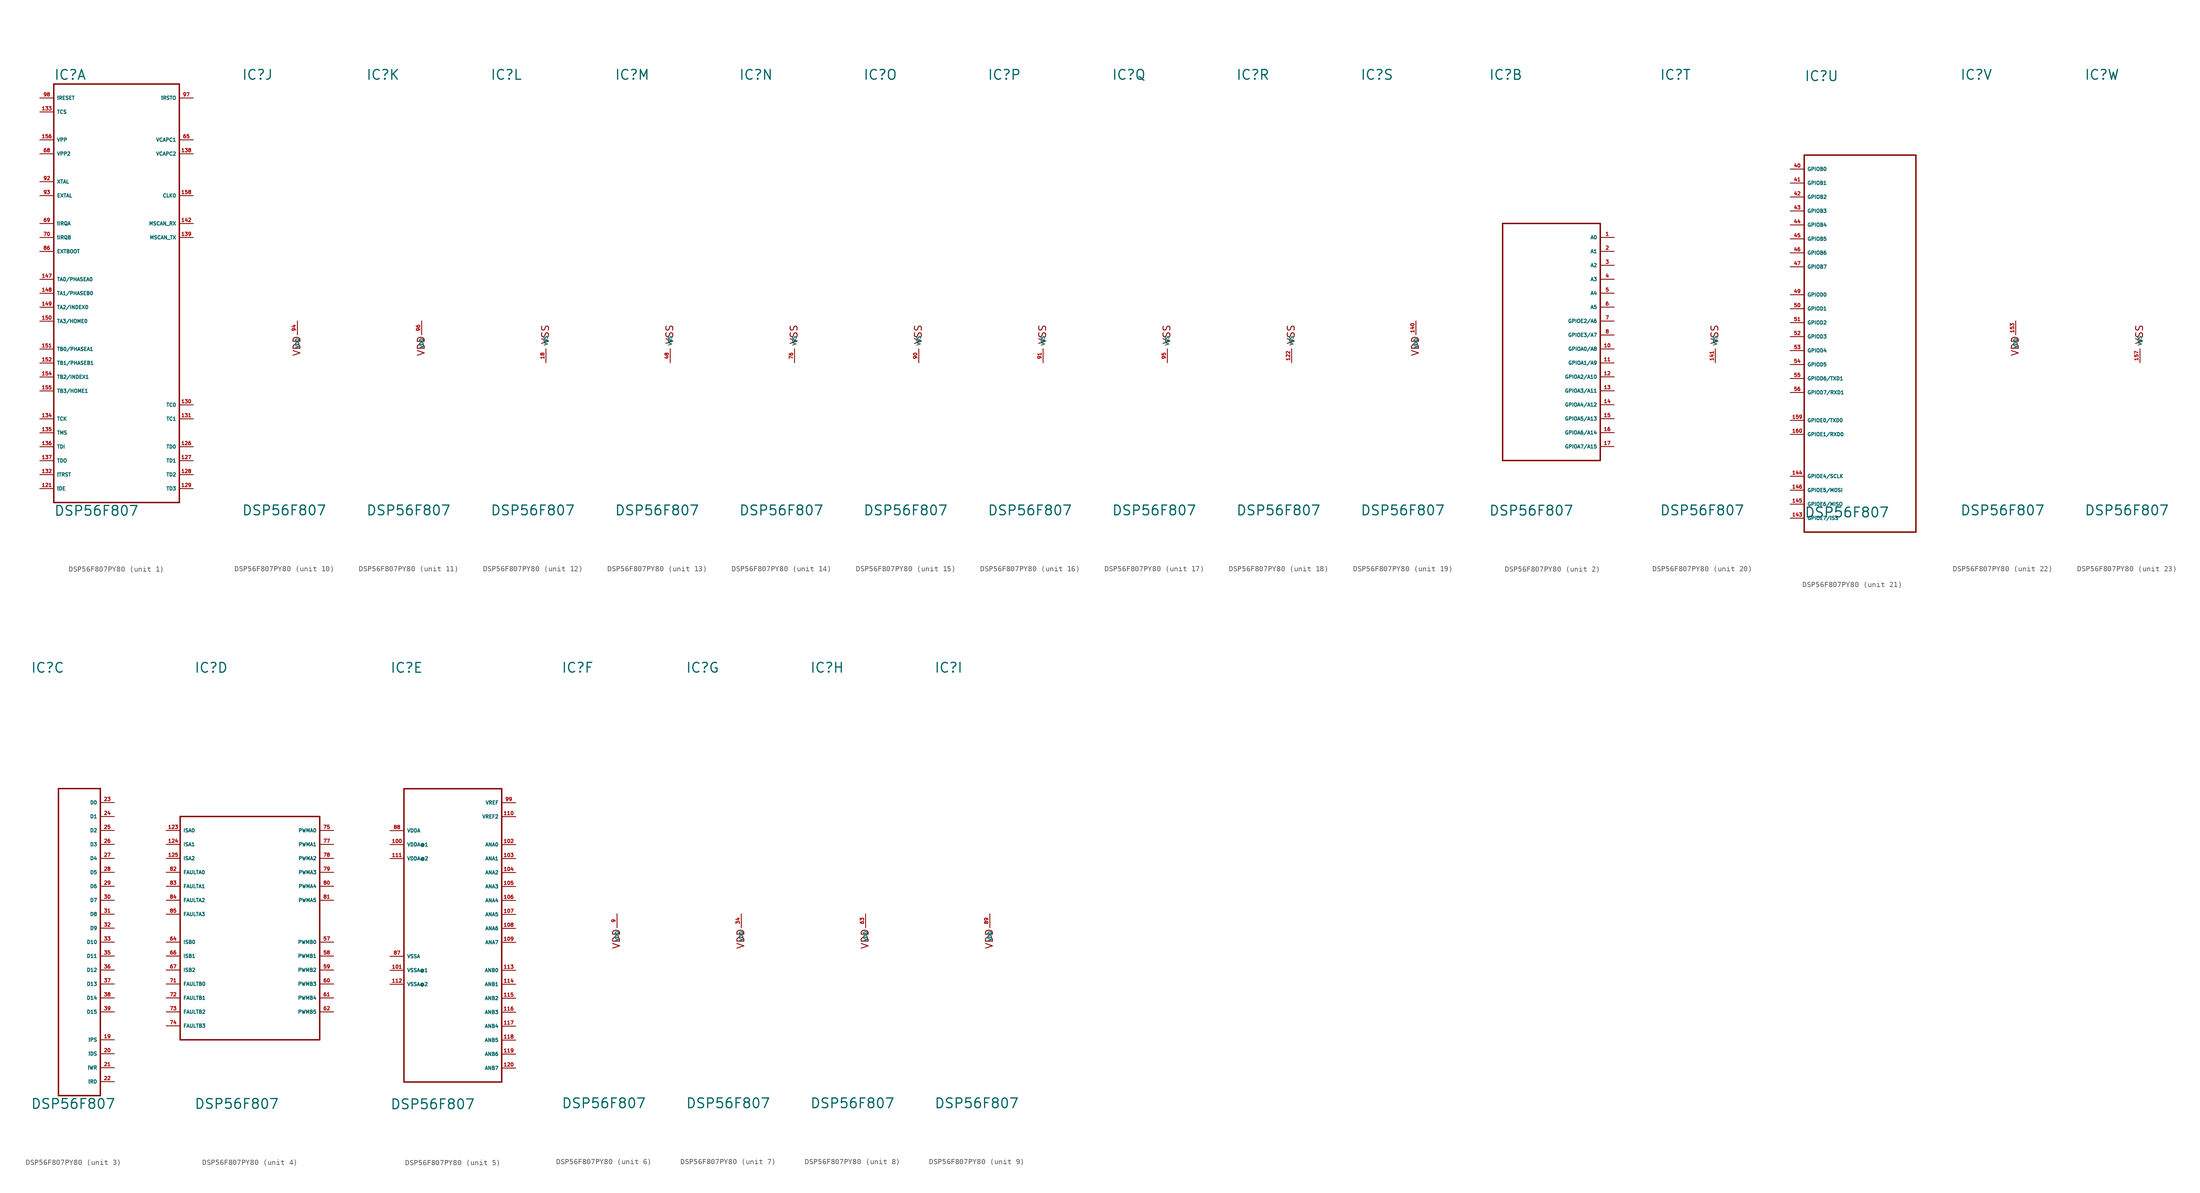
<source format=kicad_sym>
(kicad_symbol_lib
  (version 20220914)
  (generator Eagle2Kicad)
  (symbol "DSP56F807PY80"
    (property "Reference" "IC"
      (at -10.16 46.355 0)
      (effects (font (size 1.778 1.778) (thickness 0.22)) (justify left bottom)))
    (property "Value" "DSP56F807"
      (at -10.16 -33.02 0)
      (effects (font (size 1.778 1.778) (thickness 0.22)) (justify left bottom)))
    (symbol "DSP56F807PY80_1_0"
      (polyline (pts (xy -10.16 45.72) (xy 12.7 45.72)) (stroke (width 0.254) (type default)) (fill (type none)))
      (polyline (pts (xy 12.7 45.72) (xy 12.7 -30.48)) (stroke (width 0.254) (type default)) (fill (type none)))
      (polyline (pts (xy 12.7 -30.48) (xy -10.16 -30.48)) (stroke (width 0.254) (type default)) (fill (type none)))
      (polyline (pts (xy -10.16 -30.48) (xy -10.16 45.72)) (stroke (width 0.254) (type default)) (fill (type none)))
      (pin bidirectional line (at 15.24 -20.32 180) (length 2.54) (name "TD0" (effects (font (size 0.635 0.635) (thickness 0.08)) (justify left bottom))) (number "126" (effects (font (size 0.635 0.635) (thickness 0.08)) (justify left bottom))))
      (pin bidirectional line (at 15.24 -22.86 180) (length 2.54) (name "TD1" (effects (font (size 0.635 0.635) (thickness 0.08)) (justify left bottom))) (number "127" (effects (font (size 0.635 0.635) (thickness 0.08)) (justify left bottom))))
      (pin bidirectional line (at 15.24 -25.4 180) (length 2.54) (name "TD2" (effects (font (size 0.635 0.635) (thickness 0.08)) (justify left bottom))) (number "128" (effects (font (size 0.635 0.635) (thickness 0.08)) (justify left bottom))))
      (pin bidirectional line (at 15.24 -27.94 180) (length 2.54) (name "TD3" (effects (font (size 0.635 0.635) (thickness 0.08)) (justify left bottom))) (number "129" (effects (font (size 0.635 0.635) (thickness 0.08)) (justify left bottom))))
      (pin bidirectional line (at 15.24 -12.7 180) (length 2.54) (name "TC0" (effects (font (size 0.635 0.635) (thickness 0.08)) (justify left bottom))) (number "130" (effects (font (size 0.635 0.635) (thickness 0.08)) (justify left bottom))))
      (pin bidirectional line (at 15.24 -15.24 180) (length 2.54) (name "TC1" (effects (font (size 0.635 0.635) (thickness 0.08)) (justify left bottom))) (number "131" (effects (font (size 0.635 0.635) (thickness 0.08)) (justify left bottom))))
      (pin output line (at 15.24 35.56 180) (length 2.54) (name "VCAPC1" (effects (font (size 0.635 0.635) (thickness 0.08)) (justify left bottom))) (number "65" (effects (font (size 0.635 0.635) (thickness 0.08)) (justify left bottom))))
      (pin bidirectional line (at -12.7 33.02 0) (length 2.54) (name "VPP2" (effects (font (size 0.635 0.635) (thickness 0.08)) (justify left bottom))) (number "68" (effects (font (size 0.635 0.635) (thickness 0.08)) (justify left bottom))))
      (pin input line (at -12.7 20.32 0) (length 2.54) (name "!IRQA" (effects (font (size 0.635 0.635) (thickness 0.08)) (justify left bottom))) (number "69" (effects (font (size 0.635 0.635) (thickness 0.08)) (justify left bottom))))
      (pin input line (at -12.7 17.78 0) (length 2.54) (name "!IRQB" (effects (font (size 0.635 0.635) (thickness 0.08)) (justify left bottom))) (number "70" (effects (font (size 0.635 0.635) (thickness 0.08)) (justify left bottom))))
      (pin input line (at -12.7 15.24 0) (length 2.54) (name "EXTBOOT" (effects (font (size 0.635 0.635) (thickness 0.08)) (justify left bottom))) (number "86" (effects (font (size 0.635 0.635) (thickness 0.08)) (justify left bottom))))
      (pin bidirectional line (at -12.7 27.94 0) (length 2.54) (name "XTAL" (effects (font (size 0.635 0.635) (thickness 0.08)) (justify left bottom))) (number "92" (effects (font (size 0.635 0.635) (thickness 0.08)) (justify left bottom))))
      (pin input line (at -12.7 25.4 0) (length 2.54) (name "EXTAL" (effects (font (size 0.635 0.635) (thickness 0.08)) (justify left bottom))) (number "93" (effects (font (size 0.635 0.635) (thickness 0.08)) (justify left bottom))))
      (pin output line (at 15.24 43.18 180) (length 2.54) (name "!RSTO" (effects (font (size 0.635 0.635) (thickness 0.08)) (justify left bottom))) (number "97" (effects (font (size 0.635 0.635) (thickness 0.08)) (justify left bottom))))
      (pin input line (at -12.7 43.18 0) (length 2.54) (name "!RESET" (effects (font (size 0.635 0.635) (thickness 0.08)) (justify left bottom))) (number "98" (effects (font (size 0.635 0.635) (thickness 0.08)) (justify left bottom))))
      (pin output line (at -12.7 -27.94 0) (length 2.54) (name "!DE" (effects (font (size 0.635 0.635) (thickness 0.08)) (justify left bottom))) (number "121" (effects (font (size 0.635 0.635) (thickness 0.08)) (justify left bottom))))
      (pin input line (at -12.7 -25.4 0) (length 2.54) (name "!TRST" (effects (font (size 0.635 0.635) (thickness 0.08)) (justify left bottom))) (number "132" (effects (font (size 0.635 0.635) (thickness 0.08)) (justify left bottom))))
      (pin passive line (at -12.7 40.64 0) (length 2.54) (name "TCS" (effects (font (size 0.635 0.635) (thickness 0.08)) (justify left bottom))) (number "133" (effects (font (size 0.635 0.635) (thickness 0.08)) (justify left bottom))))
      (pin input line (at -12.7 -15.24 0) (length 2.54) (name "TCK" (effects (font (size 0.635 0.635) (thickness 0.08)) (justify left bottom))) (number "134" (effects (font (size 0.635 0.635) (thickness 0.08)) (justify left bottom))))
      (pin input line (at -12.7 -17.78 0) (length 2.54) (name "TMS" (effects (font (size 0.635 0.635) (thickness 0.08)) (justify left bottom))) (number "135" (effects (font (size 0.635 0.635) (thickness 0.08)) (justify left bottom))))
      (pin input line (at -12.7 -20.32 0) (length 2.54) (name "TDI" (effects (font (size 0.635 0.635) (thickness 0.08)) (justify left bottom))) (number "136" (effects (font (size 0.635 0.635) (thickness 0.08)) (justify left bottom))))
      (pin output line (at -12.7 -22.86 0) (length 2.54) (name "TDO" (effects (font (size 0.635 0.635) (thickness 0.08)) (justify left bottom))) (number "137" (effects (font (size 0.635 0.635) (thickness 0.08)) (justify left bottom))))
      (pin output line (at 15.24 33.02 180) (length 2.54) (name "VCAPC2" (effects (font (size 0.635 0.635) (thickness 0.08)) (justify left bottom))) (number "138" (effects (font (size 0.635 0.635) (thickness 0.08)) (justify left bottom))))
      (pin bidirectional line (at -12.7 10.16 0) (length 2.54) (name "TA0/PHASEA0" (effects (font (size 0.635 0.635) (thickness 0.08)) (justify left bottom))) (number "147" (effects (font (size 0.635 0.635) (thickness 0.08)) (justify left bottom))))
      (pin bidirectional line (at -12.7 7.62 0) (length 2.54) (name "TA1/PHASEB0" (effects (font (size 0.635 0.635) (thickness 0.08)) (justify left bottom))) (number "148" (effects (font (size 0.635 0.635) (thickness 0.08)) (justify left bottom))))
      (pin bidirectional line (at -12.7 5.08 0) (length 2.54) (name "TA2/INDEX0" (effects (font (size 0.635 0.635) (thickness 0.08)) (justify left bottom))) (number "149" (effects (font (size 0.635 0.635) (thickness 0.08)) (justify left bottom))))
      (pin bidirectional line (at -12.7 2.54 0) (length 2.54) (name "TA3/HOME0" (effects (font (size 0.635 0.635) (thickness 0.08)) (justify left bottom))) (number "150" (effects (font (size 0.635 0.635) (thickness 0.08)) (justify left bottom))))
      (pin bidirectional line (at -12.7 -2.54 0) (length 2.54) (name "TB0/PHASEA1" (effects (font (size 0.635 0.635) (thickness 0.08)) (justify left bottom))) (number "151" (effects (font (size 0.635 0.635) (thickness 0.08)) (justify left bottom))))
      (pin bidirectional line (at -12.7 -5.08 0) (length 2.54) (name "TB1/PHASEB1" (effects (font (size 0.635 0.635) (thickness 0.08)) (justify left bottom))) (number "152" (effects (font (size 0.635 0.635) (thickness 0.08)) (justify left bottom))))
      (pin bidirectional line (at -12.7 -7.62 0) (length 2.54) (name "TB2/INDEX1" (effects (font (size 0.635 0.635) (thickness 0.08)) (justify left bottom))) (number "154" (effects (font (size 0.635 0.635) (thickness 0.08)) (justify left bottom))))
      (pin output line (at 15.24 25.4 180) (length 2.54) (name "CLK0" (effects (font (size 0.635 0.635) (thickness 0.08)) (justify left bottom))) (number "158" (effects (font (size 0.635 0.635) (thickness 0.08)) (justify left bottom))))
      (pin bidirectional line (at -12.7 35.56 0) (length 2.54) (name "VPP" (effects (font (size 0.635 0.635) (thickness 0.08)) (justify left bottom))) (number "156" (effects (font (size 0.635 0.635) (thickness 0.08)) (justify left bottom))))
      (pin bidirectional line (at -12.7 -10.16 0) (length 2.54) (name "TB3/HOME1" (effects (font (size 0.635 0.635) (thickness 0.08)) (justify left bottom))) (number "155" (effects (font (size 0.635 0.635) (thickness 0.08)) (justify left bottom))))
      (pin output line (at 15.24 17.78 180) (length 2.54) (name "MSCAN_TX" (effects (font (size 0.635 0.635) (thickness 0.08)) (justify left bottom))) (number "139" (effects (font (size 0.635 0.635) (thickness 0.08)) (justify left bottom))))
      (pin input line (at 15.24 20.32 180) (length 2.54) (name "MSCAN_RX" (effects (font (size 0.635 0.635) (thickness 0.08)) (justify left bottom))) (number "142" (effects (font (size 0.635 0.635) (thickness 0.08)) (justify left bottom)))))
    (symbol "DSP56F807PY80_2_0"
      (polyline (pts (xy -7.62 20.32) (xy 10.16 20.32)) (stroke (width 0.254) (type default)) (fill (type none)))
      (polyline (pts (xy 10.16 20.32) (xy 10.16 -22.86)) (stroke (width 0.254) (type default)) (fill (type none)))
      (polyline (pts (xy 10.16 -22.86) (xy -7.62 -22.86)) (stroke (width 0.254) (type default)) (fill (type none)))
      (polyline (pts (xy -7.62 -22.86) (xy -7.62 20.32)) (stroke (width 0.254) (type default)) (fill (type none)))
      (pin output line (at 12.7 17.78 180) (length 2.54) (name "A0" (effects (font (size 0.635 0.635) (thickness 0.08)) (justify left bottom))) (number "1" (effects (font (size 0.635 0.635) (thickness 0.08)) (justify left bottom))))
      (pin output line (at 12.7 15.24 180) (length 2.54) (name "A1" (effects (font (size 0.635 0.635) (thickness 0.08)) (justify left bottom))) (number "2" (effects (font (size 0.635 0.635) (thickness 0.08)) (justify left bottom))))
      (pin output line (at 12.7 12.7 180) (length 2.54) (name "A2" (effects (font (size 0.635 0.635) (thickness 0.08)) (justify left bottom))) (number "3" (effects (font (size 0.635 0.635) (thickness 0.08)) (justify left bottom))))
      (pin output line (at 12.7 10.16 180) (length 2.54) (name "A3" (effects (font (size 0.635 0.635) (thickness 0.08)) (justify left bottom))) (number "4" (effects (font (size 0.635 0.635) (thickness 0.08)) (justify left bottom))))
      (pin output line (at 12.7 7.62 180) (length 2.54) (name "A4" (effects (font (size 0.635 0.635) (thickness 0.08)) (justify left bottom))) (number "5" (effects (font (size 0.635 0.635) (thickness 0.08)) (justify left bottom))))
      (pin output line (at 12.7 5.08 180) (length 2.54) (name "A5" (effects (font (size 0.635 0.635) (thickness 0.08)) (justify left bottom))) (number "6" (effects (font (size 0.635 0.635) (thickness 0.08)) (justify left bottom))))
      (pin bidirectional line (at 12.7 2.54 180) (length 2.54) (name "GPIOE2/A6" (effects (font (size 0.635 0.635) (thickness 0.08)) (justify left bottom))) (number "7" (effects (font (size 0.635 0.635) (thickness 0.08)) (justify left bottom))))
      (pin bidirectional line (at 12.7 0 180) (length 2.54) (name "GPIOE3/A7" (effects (font (size 0.635 0.635) (thickness 0.08)) (justify left bottom))) (number "8" (effects (font (size 0.635 0.635) (thickness 0.08)) (justify left bottom))))
      (pin bidirectional line (at 12.7 -2.54 180) (length 2.54) (name "GPIOA0/A8" (effects (font (size 0.635 0.635) (thickness 0.08)) (justify left bottom))) (number "10" (effects (font (size 0.635 0.635) (thickness 0.08)) (justify left bottom))))
      (pin bidirectional line (at 12.7 -5.08 180) (length 2.54) (name "GPIOA1/A9" (effects (font (size 0.635 0.635) (thickness 0.08)) (justify left bottom))) (number "11" (effects (font (size 0.635 0.635) (thickness 0.08)) (justify left bottom))))
      (pin bidirectional line (at 12.7 -7.62 180) (length 2.54) (name "GPIOA2/A10" (effects (font (size 0.635 0.635) (thickness 0.08)) (justify left bottom))) (number "12" (effects (font (size 0.635 0.635) (thickness 0.08)) (justify left bottom))))
      (pin bidirectional line (at 12.7 -10.16 180) (length 2.54) (name "GPIOA3/A11" (effects (font (size 0.635 0.635) (thickness 0.08)) (justify left bottom))) (number "13" (effects (font (size 0.635 0.635) (thickness 0.08)) (justify left bottom))))
      (pin bidirectional line (at 12.7 -12.7 180) (length 2.54) (name "GPIOA4/A12" (effects (font (size 0.635 0.635) (thickness 0.08)) (justify left bottom))) (number "14" (effects (font (size 0.635 0.635) (thickness 0.08)) (justify left bottom))))
      (pin bidirectional line (at 12.7 -15.24 180) (length 2.54) (name "GPIOA5/A13" (effects (font (size 0.635 0.635) (thickness 0.08)) (justify left bottom))) (number "15" (effects (font (size 0.635 0.635) (thickness 0.08)) (justify left bottom))))
      (pin bidirectional line (at 12.7 -17.78 180) (length 2.54) (name "GPIOA6/A14" (effects (font (size 0.635 0.635) (thickness 0.08)) (justify left bottom))) (number "16" (effects (font (size 0.635 0.635) (thickness 0.08)) (justify left bottom))))
      (pin bidirectional line (at 12.7 -20.32 180) (length 2.54) (name "GPIOA7/A15" (effects (font (size 0.635 0.635) (thickness 0.08)) (justify left bottom))) (number "17" (effects (font (size 0.635 0.635) (thickness 0.08)) (justify left bottom)))))
    (symbol "DSP56F807PY80_3_0"
      (polyline (pts (xy -5.08 25.4) (xy 2.54 25.4)) (stroke (width 0.254) (type default)) (fill (type none)))
      (polyline (pts (xy 2.54 25.4) (xy 2.54 -30.48)) (stroke (width 0.254) (type default)) (fill (type none)))
      (polyline (pts (xy 2.54 -30.48) (xy -5.08 -30.48)) (stroke (width 0.254) (type default)) (fill (type none)))
      (polyline (pts (xy -5.08 -30.48) (xy -5.08 25.4)) (stroke (width 0.254) (type default)) (fill (type none)))
      (pin bidirectional line (at 5.08 22.86 180) (length 2.54) (name "D0" (effects (font (size 0.635 0.635) (thickness 0.08)) (justify left bottom))) (number "23" (effects (font (size 0.635 0.635) (thickness 0.08)) (justify left bottom))))
      (pin bidirectional line (at 5.08 20.32 180) (length 2.54) (name "D1" (effects (font (size 0.635 0.635) (thickness 0.08)) (justify left bottom))) (number "24" (effects (font (size 0.635 0.635) (thickness 0.08)) (justify left bottom))))
      (pin bidirectional line (at 5.08 17.78 180) (length 2.54) (name "D2" (effects (font (size 0.635 0.635) (thickness 0.08)) (justify left bottom))) (number "25" (effects (font (size 0.635 0.635) (thickness 0.08)) (justify left bottom))))
      (pin bidirectional line (at 5.08 15.24 180) (length 2.54) (name "D3" (effects (font (size 0.635 0.635) (thickness 0.08)) (justify left bottom))) (number "26" (effects (font (size 0.635 0.635) (thickness 0.08)) (justify left bottom))))
      (pin bidirectional line (at 5.08 12.7 180) (length 2.54) (name "D4" (effects (font (size 0.635 0.635) (thickness 0.08)) (justify left bottom))) (number "27" (effects (font (size 0.635 0.635) (thickness 0.08)) (justify left bottom))))
      (pin bidirectional line (at 5.08 10.16 180) (length 2.54) (name "D5" (effects (font (size 0.635 0.635) (thickness 0.08)) (justify left bottom))) (number "28" (effects (font (size 0.635 0.635) (thickness 0.08)) (justify left bottom))))
      (pin bidirectional line (at 5.08 7.62 180) (length 2.54) (name "D6" (effects (font (size 0.635 0.635) (thickness 0.08)) (justify left bottom))) (number "29" (effects (font (size 0.635 0.635) (thickness 0.08)) (justify left bottom))))
      (pin bidirectional line (at 5.08 5.08 180) (length 2.54) (name "D7" (effects (font (size 0.635 0.635) (thickness 0.08)) (justify left bottom))) (number "30" (effects (font (size 0.635 0.635) (thickness 0.08)) (justify left bottom))))
      (pin bidirectional line (at 5.08 2.54 180) (length 2.54) (name "D8" (effects (font (size 0.635 0.635) (thickness 0.08)) (justify left bottom))) (number "31" (effects (font (size 0.635 0.635) (thickness 0.08)) (justify left bottom))))
      (pin bidirectional line (at 5.08 0 180) (length 2.54) (name "D9" (effects (font (size 0.635 0.635) (thickness 0.08)) (justify left bottom))) (number "32" (effects (font (size 0.635 0.635) (thickness 0.08)) (justify left bottom))))
      (pin bidirectional line (at 5.08 -2.54 180) (length 2.54) (name "D10" (effects (font (size 0.635 0.635) (thickness 0.08)) (justify left bottom))) (number "33" (effects (font (size 0.635 0.635) (thickness 0.08)) (justify left bottom))))
      (pin bidirectional line (at 5.08 -5.08 180) (length 2.54) (name "D11" (effects (font (size 0.635 0.635) (thickness 0.08)) (justify left bottom))) (number "35" (effects (font (size 0.635 0.635) (thickness 0.08)) (justify left bottom))))
      (pin bidirectional line (at 5.08 -7.62 180) (length 2.54) (name "D12" (effects (font (size 0.635 0.635) (thickness 0.08)) (justify left bottom))) (number "36" (effects (font (size 0.635 0.635) (thickness 0.08)) (justify left bottom))))
      (pin bidirectional line (at 5.08 -10.16 180) (length 2.54) (name "D13" (effects (font (size 0.635 0.635) (thickness 0.08)) (justify left bottom))) (number "37" (effects (font (size 0.635 0.635) (thickness 0.08)) (justify left bottom))))
      (pin bidirectional line (at 5.08 -12.7 180) (length 2.54) (name "D14" (effects (font (size 0.635 0.635) (thickness 0.08)) (justify left bottom))) (number "38" (effects (font (size 0.635 0.635) (thickness 0.08)) (justify left bottom))))
      (pin bidirectional line (at 5.08 -15.24 180) (length 2.54) (name "D15" (effects (font (size 0.635 0.635) (thickness 0.08)) (justify left bottom))) (number "39" (effects (font (size 0.635 0.635) (thickness 0.08)) (justify left bottom))))
      (pin output line (at 5.08 -20.32 180) (length 2.54) (name "!PS" (effects (font (size 0.635 0.635) (thickness 0.08)) (justify left bottom))) (number "19" (effects (font (size 0.635 0.635) (thickness 0.08)) (justify left bottom))))
      (pin output line (at 5.08 -22.86 180) (length 2.54) (name "!DS" (effects (font (size 0.635 0.635) (thickness 0.08)) (justify left bottom))) (number "20" (effects (font (size 0.635 0.635) (thickness 0.08)) (justify left bottom))))
      (pin output line (at 5.08 -25.4 180) (length 2.54) (name "!WR" (effects (font (size 0.635 0.635) (thickness 0.08)) (justify left bottom))) (number "21" (effects (font (size 0.635 0.635) (thickness 0.08)) (justify left bottom))))
      (pin output line (at 5.08 -27.94 180) (length 2.54) (name "!RD" (effects (font (size 0.635 0.635) (thickness 0.08)) (justify left bottom))) (number "22" (effects (font (size 0.635 0.635) (thickness 0.08)) (justify left bottom)))))
    (symbol "DSP56F807PY80_4_0"
      (polyline (pts (xy -12.7 20.32) (xy 12.7 20.32)) (stroke (width 0.254) (type default)) (fill (type none)))
      (polyline (pts (xy 12.7 20.32) (xy 12.7 -20.32)) (stroke (width 0.254) (type default)) (fill (type none)))
      (polyline (pts (xy 12.7 -20.32) (xy -12.7 -20.32)) (stroke (width 0.254) (type default)) (fill (type none)))
      (polyline (pts (xy -12.7 -20.32) (xy -12.7 20.32)) (stroke (width 0.254) (type default)) (fill (type none)))
      (pin output line (at 15.24 -2.54 180) (length 2.54) (name "PWMB0" (effects (font (size 0.635 0.635) (thickness 0.08)) (justify left bottom))) (number "57" (effects (font (size 0.635 0.635) (thickness 0.08)) (justify left bottom))))
      (pin output line (at 15.24 -5.08 180) (length 2.54) (name "PWMB1" (effects (font (size 0.635 0.635) (thickness 0.08)) (justify left bottom))) (number "58" (effects (font (size 0.635 0.635) (thickness 0.08)) (justify left bottom))))
      (pin output line (at 15.24 -7.62 180) (length 2.54) (name "PWMB2" (effects (font (size 0.635 0.635) (thickness 0.08)) (justify left bottom))) (number "59" (effects (font (size 0.635 0.635) (thickness 0.08)) (justify left bottom))))
      (pin output line (at 15.24 -10.16 180) (length 2.54) (name "PWMB3" (effects (font (size 0.635 0.635) (thickness 0.08)) (justify left bottom))) (number "60" (effects (font (size 0.635 0.635) (thickness 0.08)) (justify left bottom))))
      (pin output line (at 15.24 -12.7 180) (length 2.54) (name "PWMB4" (effects (font (size 0.635 0.635) (thickness 0.08)) (justify left bottom))) (number "61" (effects (font (size 0.635 0.635) (thickness 0.08)) (justify left bottom))))
      (pin output line (at 15.24 -15.24 180) (length 2.54) (name "PWMB5" (effects (font (size 0.635 0.635) (thickness 0.08)) (justify left bottom))) (number "62" (effects (font (size 0.635 0.635) (thickness 0.08)) (justify left bottom))))
      (pin output line (at 15.24 17.78 180) (length 2.54) (name "PWMA0" (effects (font (size 0.635 0.635) (thickness 0.08)) (justify left bottom))) (number "75" (effects (font (size 0.635 0.635) (thickness 0.08)) (justify left bottom))))
      (pin output line (at 15.24 15.24 180) (length 2.54) (name "PWMA1" (effects (font (size 0.635 0.635) (thickness 0.08)) (justify left bottom))) (number "77" (effects (font (size 0.635 0.635) (thickness 0.08)) (justify left bottom))))
      (pin output line (at 15.24 12.7 180) (length 2.54) (name "PWMA2" (effects (font (size 0.635 0.635) (thickness 0.08)) (justify left bottom))) (number "78" (effects (font (size 0.635 0.635) (thickness 0.08)) (justify left bottom))))
      (pin output line (at 15.24 10.16 180) (length 2.54) (name "PWMA3" (effects (font (size 0.635 0.635) (thickness 0.08)) (justify left bottom))) (number "79" (effects (font (size 0.635 0.635) (thickness 0.08)) (justify left bottom))))
      (pin output line (at 15.24 7.62 180) (length 2.54) (name "PWMA4" (effects (font (size 0.635 0.635) (thickness 0.08)) (justify left bottom))) (number "80" (effects (font (size 0.635 0.635) (thickness 0.08)) (justify left bottom))))
      (pin output line (at 15.24 5.08 180) (length 2.54) (name "PWMA5" (effects (font (size 0.635 0.635) (thickness 0.08)) (justify left bottom))) (number "81" (effects (font (size 0.635 0.635) (thickness 0.08)) (justify left bottom))))
      (pin input line (at -15.24 -10.16 0) (length 2.54) (name "FAULTB0" (effects (font (size 0.635 0.635) (thickness 0.08)) (justify left bottom))) (number "71" (effects (font (size 0.635 0.635) (thickness 0.08)) (justify left bottom))))
      (pin input line (at -15.24 -12.7 0) (length 2.54) (name "FAULTB1" (effects (font (size 0.635 0.635) (thickness 0.08)) (justify left bottom))) (number "72" (effects (font (size 0.635 0.635) (thickness 0.08)) (justify left bottom))))
      (pin input line (at -15.24 -15.24 0) (length 2.54) (name "FAULTB2" (effects (font (size 0.635 0.635) (thickness 0.08)) (justify left bottom))) (number "73" (effects (font (size 0.635 0.635) (thickness 0.08)) (justify left bottom))))
      (pin input line (at -15.24 -17.78 0) (length 2.54) (name "FAULTB3" (effects (font (size 0.635 0.635) (thickness 0.08)) (justify left bottom))) (number "74" (effects (font (size 0.635 0.635) (thickness 0.08)) (justify left bottom))))
      (pin input line (at -15.24 10.16 0) (length 2.54) (name "FAULTA0" (effects (font (size 0.635 0.635) (thickness 0.08)) (justify left bottom))) (number "82" (effects (font (size 0.635 0.635) (thickness 0.08)) (justify left bottom))))
      (pin input line (at -15.24 7.62 0) (length 2.54) (name "FAULTA1" (effects (font (size 0.635 0.635) (thickness 0.08)) (justify left bottom))) (number "83" (effects (font (size 0.635 0.635) (thickness 0.08)) (justify left bottom))))
      (pin input line (at -15.24 5.08 0) (length 2.54) (name "FAULTA2" (effects (font (size 0.635 0.635) (thickness 0.08)) (justify left bottom))) (number "84" (effects (font (size 0.635 0.635) (thickness 0.08)) (justify left bottom))))
      (pin input line (at -15.24 2.54 0) (length 2.54) (name "FAULTA3" (effects (font (size 0.635 0.635) (thickness 0.08)) (justify left bottom))) (number "85" (effects (font (size 0.635 0.635) (thickness 0.08)) (justify left bottom))))
      (pin input line (at -15.24 17.78 0) (length 2.54) (name "ISA0" (effects (font (size 0.635 0.635) (thickness 0.08)) (justify left bottom))) (number "123" (effects (font (size 0.635 0.635) (thickness 0.08)) (justify left bottom))))
      (pin input line (at -15.24 15.24 0) (length 2.54) (name "ISA1" (effects (font (size 0.635 0.635) (thickness 0.08)) (justify left bottom))) (number "124" (effects (font (size 0.635 0.635) (thickness 0.08)) (justify left bottom))))
      (pin input line (at -15.24 12.7 0) (length 2.54) (name "ISA2" (effects (font (size 0.635 0.635) (thickness 0.08)) (justify left bottom))) (number "125" (effects (font (size 0.635 0.635) (thickness 0.08)) (justify left bottom))))
      (pin input line (at -15.24 -2.54 0) (length 2.54) (name "ISB0" (effects (font (size 0.635 0.635) (thickness 0.08)) (justify left bottom))) (number "64" (effects (font (size 0.635 0.635) (thickness 0.08)) (justify left bottom))))
      (pin input line (at -15.24 -5.08 0) (length 2.54) (name "ISB1" (effects (font (size 0.635 0.635) (thickness 0.08)) (justify left bottom))) (number "66" (effects (font (size 0.635 0.635) (thickness 0.08)) (justify left bottom))))
      (pin input line (at -15.24 -7.62 0) (length 2.54) (name "ISB2" (effects (font (size 0.635 0.635) (thickness 0.08)) (justify left bottom))) (number "67" (effects (font (size 0.635 0.635) (thickness 0.08)) (justify left bottom)))))
    (symbol "DSP56F807PY80_5_0"
      (polyline (pts (xy -7.62 25.4) (xy 10.16 25.4)) (stroke (width 0.254) (type default)) (fill (type none)))
      (polyline (pts (xy 10.16 25.4) (xy 10.16 -27.94)) (stroke (width 0.254) (type default)) (fill (type none)))
      (polyline (pts (xy 10.16 -27.94) (xy -7.62 -27.94)) (stroke (width 0.254) (type default)) (fill (type none)))
      (polyline (pts (xy -7.62 -27.94) (xy -7.62 25.4)) (stroke (width 0.254) (type default)) (fill (type none)))
      (pin input line (at 12.7 15.24 180) (length 2.54) (name "ANA0" (effects (font (size 0.635 0.635) (thickness 0.08)) (justify left bottom))) (number "102" (effects (font (size 0.635 0.635) (thickness 0.08)) (justify left bottom))))
      (pin input line (at 12.7 12.7 180) (length 2.54) (name "ANA1" (effects (font (size 0.635 0.635) (thickness 0.08)) (justify left bottom))) (number "103" (effects (font (size 0.635 0.635) (thickness 0.08)) (justify left bottom))))
      (pin input line (at 12.7 10.16 180) (length 2.54) (name "ANA2" (effects (font (size 0.635 0.635) (thickness 0.08)) (justify left bottom))) (number "104" (effects (font (size 0.635 0.635) (thickness 0.08)) (justify left bottom))))
      (pin input line (at 12.7 7.62 180) (length 2.54) (name "ANA3" (effects (font (size 0.635 0.635) (thickness 0.08)) (justify left bottom))) (number "105" (effects (font (size 0.635 0.635) (thickness 0.08)) (justify left bottom))))
      (pin input line (at 12.7 5.08 180) (length 2.54) (name "ANA4" (effects (font (size 0.635 0.635) (thickness 0.08)) (justify left bottom))) (number "106" (effects (font (size 0.635 0.635) (thickness 0.08)) (justify left bottom))))
      (pin input line (at 12.7 2.54 180) (length 2.54) (name "ANA5" (effects (font (size 0.635 0.635) (thickness 0.08)) (justify left bottom))) (number "107" (effects (font (size 0.635 0.635) (thickness 0.08)) (justify left bottom))))
      (pin input line (at 12.7 0 180) (length 2.54) (name "ANA6" (effects (font (size 0.635 0.635) (thickness 0.08)) (justify left bottom))) (number "108" (effects (font (size 0.635 0.635) (thickness 0.08)) (justify left bottom))))
      (pin input line (at 12.7 -2.54 180) (length 2.54) (name "ANA7" (effects (font (size 0.635 0.635) (thickness 0.08)) (justify left bottom))) (number "109" (effects (font (size 0.635 0.635) (thickness 0.08)) (justify left bottom))))
      (pin input line (at 12.7 -7.62 180) (length 2.54) (name "ANB0" (effects (font (size 0.635 0.635) (thickness 0.08)) (justify left bottom))) (number "113" (effects (font (size 0.635 0.635) (thickness 0.08)) (justify left bottom))))
      (pin input line (at 12.7 -10.16 180) (length 2.54) (name "ANB1" (effects (font (size 0.635 0.635) (thickness 0.08)) (justify left bottom))) (number "114" (effects (font (size 0.635 0.635) (thickness 0.08)) (justify left bottom))))
      (pin input line (at 12.7 -12.7 180) (length 2.54) (name "ANB2" (effects (font (size 0.635 0.635) (thickness 0.08)) (justify left bottom))) (number "115" (effects (font (size 0.635 0.635) (thickness 0.08)) (justify left bottom))))
      (pin input line (at 12.7 -15.24 180) (length 2.54) (name "ANB3" (effects (font (size 0.635 0.635) (thickness 0.08)) (justify left bottom))) (number "116" (effects (font (size 0.635 0.635) (thickness 0.08)) (justify left bottom))))
      (pin input line (at 12.7 -17.78 180) (length 2.54) (name "ANB4" (effects (font (size 0.635 0.635) (thickness 0.08)) (justify left bottom))) (number "117" (effects (font (size 0.635 0.635) (thickness 0.08)) (justify left bottom))))
      (pin input line (at 12.7 -20.32 180) (length 2.54) (name "ANB5" (effects (font (size 0.635 0.635) (thickness 0.08)) (justify left bottom))) (number "118" (effects (font (size 0.635 0.635) (thickness 0.08)) (justify left bottom))))
      (pin input line (at 12.7 -22.86 180) (length 2.54) (name "ANB6" (effects (font (size 0.635 0.635) (thickness 0.08)) (justify left bottom))) (number "119" (effects (font (size 0.635 0.635) (thickness 0.08)) (justify left bottom))))
      (pin input line (at 12.7 -25.4 180) (length 2.54) (name "ANB7" (effects (font (size 0.635 0.635) (thickness 0.08)) (justify left bottom))) (number "120" (effects (font (size 0.635 0.635) (thickness 0.08)) (justify left bottom))))
      (pin input line (at 12.7 22.86 180) (length 2.54) (name "VREF" (effects (font (size 0.635 0.635) (thickness 0.08)) (justify left bottom))) (number "99" (effects (font (size 0.635 0.635) (thickness 0.08)) (justify left bottom))))
      (pin input line (at 12.7 20.32 180) (length 2.54) (name "VREF2" (effects (font (size 0.635 0.635) (thickness 0.08)) (justify left bottom))) (number "110" (effects (font (size 0.635 0.635) (thickness 0.08)) (justify left bottom))))
      (pin unspecified line (at -10.16 17.78 0) (length 2.54) (name "VDDA" (effects (font (size 0.635 0.635) (thickness 0.08)) (justify left bottom))) (number "88" (effects (font (size 0.635 0.635) (thickness 0.08)) (justify left bottom))))
      (pin unspecified line (at -10.16 15.24 0) (length 2.54) (name "VDDA@1" (effects (font (size 0.635 0.635) (thickness 0.08)) (justify left bottom))) (number "100" (effects (font (size 0.635 0.635) (thickness 0.08)) (justify left bottom))))
      (pin unspecified line (at -10.16 12.7 0) (length 2.54) (name "VDDA@2" (effects (font (size 0.635 0.635) (thickness 0.08)) (justify left bottom))) (number "111" (effects (font (size 0.635 0.635) (thickness 0.08)) (justify left bottom))))
      (pin unspecified line (at -10.16 -5.08 0) (length 2.54) (name "VSSA" (effects (font (size 0.635 0.635) (thickness 0.08)) (justify left bottom))) (number "87" (effects (font (size 0.635 0.635) (thickness 0.08)) (justify left bottom))))
      (pin unspecified line (at -10.16 -7.62 0) (length 2.54) (name "VSSA@1" (effects (font (size 0.635 0.635) (thickness 0.08)) (justify left bottom))) (number "101" (effects (font (size 0.635 0.635) (thickness 0.08)) (justify left bottom))))
      (pin unspecified line (at -10.16 -10.16 0) (length 2.54) (name "VSSA@2" (effects (font (size 0.635 0.635) (thickness 0.08)) (justify left bottom))) (number "112" (effects (font (size 0.635 0.635) (thickness 0.08)) (justify left bottom)))))
    (symbol "DSP56F807PY80_6_0"
      (text "VDD" (at 0.635 -3.937 900) (effects (font (size 1.27 1.27) (thickness 0.16)) (justify left bottom)))
      (pin unspecified line (at 0 2.54 270) (length 2.54) (name "VDD" (effects (font (size 0.635 0.635) (thickness 0.08)) (justify left bottom))) (number "9" (effects (font (size 0.635 0.635) (thickness 0.08)) (justify left bottom)))))
    (symbol "DSP56F807PY80_7_0"
      (text "VDD" (at 0.635 -3.937 900) (effects (font (size 1.27 1.27) (thickness 0.16)) (justify left bottom)))
      (pin unspecified line (at 0 2.54 270) (length 2.54) (name "VDD" (effects (font (size 0.635 0.635) (thickness 0.08)) (justify left bottom))) (number "34" (effects (font (size 0.635 0.635) (thickness 0.08)) (justify left bottom)))))
    (symbol "DSP56F807PY80_8_0"
      (text "VDD" (at 0.635 -3.937 900) (effects (font (size 1.27 1.27) (thickness 0.16)) (justify left bottom)))
      (pin unspecified line (at 0 2.54 270) (length 2.54) (name "VDD" (effects (font (size 0.635 0.635) (thickness 0.08)) (justify left bottom))) (number "63" (effects (font (size 0.635 0.635) (thickness 0.08)) (justify left bottom)))))
    (symbol "DSP56F807PY80_9_0"
      (text "VDD" (at 0.635 -3.937 900) (effects (font (size 1.27 1.27) (thickness 0.16)) (justify left bottom)))
      (pin unspecified line (at 0 2.54 270) (length 2.54) (name "VDD" (effects (font (size 0.635 0.635) (thickness 0.08)) (justify left bottom))) (number "89" (effects (font (size 0.635 0.635) (thickness 0.08)) (justify left bottom)))))
    (symbol "DSP56F807PY80_10_0"
      (text "VDD" (at 0.635 -3.937 900) (effects (font (size 1.27 1.27) (thickness 0.16)) (justify left bottom)))
      (pin unspecified line (at 0 2.54 270) (length 2.54) (name "VDD" (effects (font (size 0.635 0.635) (thickness 0.08)) (justify left bottom))) (number "94" (effects (font (size 0.635 0.635) (thickness 0.08)) (justify left bottom)))))
    (symbol "DSP56F807PY80_11_0"
      (text "VDD" (at 0.635 -3.937 900) (effects (font (size 1.27 1.27) (thickness 0.16)) (justify left bottom)))
      (pin unspecified line (at 0 2.54 270) (length 2.54) (name "VDD" (effects (font (size 0.635 0.635) (thickness 0.08)) (justify left bottom))) (number "96" (effects (font (size 0.635 0.635) (thickness 0.08)) (justify left bottom)))))
    (symbol "DSP56F807PY80_12_0"
      (text "VSS" (at 0.635 -1.778 900) (effects (font (size 1.27 1.27) (thickness 0.16)) (justify left bottom)))
      (pin unspecified line (at 0 -5.08 90) (length 2.54) (name "VSS" (effects (font (size 0.635 0.635) (thickness 0.08)) (justify left bottom))) (number "18" (effects (font (size 0.635 0.635) (thickness 0.08)) (justify left bottom)))))
    (symbol "DSP56F807PY80_13_0"
      (text "VSS" (at 0.635 -1.778 900) (effects (font (size 1.27 1.27) (thickness 0.16)) (justify left bottom)))
      (pin unspecified line (at 0 -5.08 90) (length 2.54) (name "VSS" (effects (font (size 0.635 0.635) (thickness 0.08)) (justify left bottom))) (number "48" (effects (font (size 0.635 0.635) (thickness 0.08)) (justify left bottom)))))
    (symbol "DSP56F807PY80_14_0"
      (text "VSS" (at 0.635 -1.778 900) (effects (font (size 1.27 1.27) (thickness 0.16)) (justify left bottom)))
      (pin unspecified line (at 0 -5.08 90) (length 2.54) (name "VSS" (effects (font (size 0.635 0.635) (thickness 0.08)) (justify left bottom))) (number "76" (effects (font (size 0.635 0.635) (thickness 0.08)) (justify left bottom)))))
    (symbol "DSP56F807PY80_15_0"
      (text "VSS" (at 0.635 -1.778 900) (effects (font (size 1.27 1.27) (thickness 0.16)) (justify left bottom)))
      (pin unspecified line (at 0 -5.08 90) (length 2.54) (name "VSS" (effects (font (size 0.635 0.635) (thickness 0.08)) (justify left bottom))) (number "90" (effects (font (size 0.635 0.635) (thickness 0.08)) (justify left bottom)))))
    (symbol "DSP56F807PY80_16_0"
      (text "VSS" (at 0.635 -1.778 900) (effects (font (size 1.27 1.27) (thickness 0.16)) (justify left bottom)))
      (pin unspecified line (at 0 -5.08 90) (length 2.54) (name "VSS" (effects (font (size 0.635 0.635) (thickness 0.08)) (justify left bottom))) (number "91" (effects (font (size 0.635 0.635) (thickness 0.08)) (justify left bottom)))))
    (symbol "DSP56F807PY80_17_0"
      (text "VSS" (at 0.635 -1.778 900) (effects (font (size 1.27 1.27) (thickness 0.16)) (justify left bottom)))
      (pin unspecified line (at 0 -5.08 90) (length 2.54) (name "VSS" (effects (font (size 0.635 0.635) (thickness 0.08)) (justify left bottom))) (number "95" (effects (font (size 0.635 0.635) (thickness 0.08)) (justify left bottom)))))
    (symbol "DSP56F807PY80_18_0"
      (text "VSS" (at 0.635 -1.778 900) (effects (font (size 1.27 1.27) (thickness 0.16)) (justify left bottom)))
      (pin unspecified line (at 0 -5.08 90) (length 2.54) (name "VSS" (effects (font (size 0.635 0.635) (thickness 0.08)) (justify left bottom))) (number "122" (effects (font (size 0.635 0.635) (thickness 0.08)) (justify left bottom)))))
    (symbol "DSP56F807PY80_19_0"
      (text "VDD" (at 0.635 -3.937 900) (effects (font (size 1.27 1.27) (thickness 0.16)) (justify left bottom)))
      (pin unspecified line (at 0 2.54 270) (length 2.54) (name "VDD" (effects (font (size 0.635 0.635) (thickness 0.08)) (justify left bottom))) (number "140" (effects (font (size 0.635 0.635) (thickness 0.08)) (justify left bottom)))))
    (symbol "DSP56F807PY80_20_0"
      (text "VSS" (at 0.635 -1.778 900) (effects (font (size 1.27 1.27) (thickness 0.16)) (justify left bottom)))
      (pin unspecified line (at 0 -5.08 90) (length 2.54) (name "VSS" (effects (font (size 0.635 0.635) (thickness 0.08)) (justify left bottom))) (number "141" (effects (font (size 0.635 0.635) (thickness 0.08)) (justify left bottom)))))
    (symbol "DSP56F807PY80_21_0"
      (polyline (pts (xy -10.16 33.02) (xy 10.16 33.02)) (stroke (width 0.254) (type default)) (fill (type none)))
      (polyline (pts (xy 10.16 33.02) (xy 10.16 -35.56)) (stroke (width 0.254) (type default)) (fill (type none)))
      (polyline (pts (xy 10.16 -35.56) (xy -10.16 -35.56)) (stroke (width 0.254) (type default)) (fill (type none)))
      (polyline (pts (xy -10.16 -35.56) (xy -10.16 33.02)) (stroke (width 0.254) (type default)) (fill (type none)))
      (pin bidirectional line (at -12.7 30.48 0) (length 2.54) (name "GPIOB0" (effects (font (size 0.635 0.635) (thickness 0.08)) (justify left bottom))) (number "40" (effects (font (size 0.635 0.635) (thickness 0.08)) (justify left bottom))))
      (pin bidirectional line (at -12.7 27.94 0) (length 2.54) (name "GPIOB1" (effects (font (size 0.635 0.635) (thickness 0.08)) (justify left bottom))) (number "41" (effects (font (size 0.635 0.635) (thickness 0.08)) (justify left bottom))))
      (pin bidirectional line (at -12.7 25.4 0) (length 2.54) (name "GPIOB2" (effects (font (size 0.635 0.635) (thickness 0.08)) (justify left bottom))) (number "42" (effects (font (size 0.635 0.635) (thickness 0.08)) (justify left bottom))))
      (pin bidirectional line (at -12.7 22.86 0) (length 2.54) (name "GPIOB3" (effects (font (size 0.635 0.635) (thickness 0.08)) (justify left bottom))) (number "43" (effects (font (size 0.635 0.635) (thickness 0.08)) (justify left bottom))))
      (pin bidirectional line (at -12.7 20.32 0) (length 2.54) (name "GPIOB4" (effects (font (size 0.635 0.635) (thickness 0.08)) (justify left bottom))) (number "44" (effects (font (size 0.635 0.635) (thickness 0.08)) (justify left bottom))))
      (pin bidirectional line (at -12.7 17.78 0) (length 2.54) (name "GPIOB5" (effects (font (size 0.635 0.635) (thickness 0.08)) (justify left bottom))) (number "45" (effects (font (size 0.635 0.635) (thickness 0.08)) (justify left bottom))))
      (pin bidirectional line (at -12.7 15.24 0) (length 2.54) (name "GPIOB6" (effects (font (size 0.635 0.635) (thickness 0.08)) (justify left bottom))) (number "46" (effects (font (size 0.635 0.635) (thickness 0.08)) (justify left bottom))))
      (pin bidirectional line (at -12.7 12.7 0) (length 2.54) (name "GPIOB7" (effects (font (size 0.635 0.635) (thickness 0.08)) (justify left bottom))) (number "47" (effects (font (size 0.635 0.635) (thickness 0.08)) (justify left bottom))))
      (pin bidirectional line (at -12.7 7.62 0) (length 2.54) (name "GPIOD0" (effects (font (size 0.635 0.635) (thickness 0.08)) (justify left bottom))) (number "49" (effects (font (size 0.635 0.635) (thickness 0.08)) (justify left bottom))))
      (pin bidirectional line (at -12.7 5.08 0) (length 2.54) (name "GPIOD1" (effects (font (size 0.635 0.635) (thickness 0.08)) (justify left bottom))) (number "50" (effects (font (size 0.635 0.635) (thickness 0.08)) (justify left bottom))))
      (pin bidirectional line (at -12.7 2.54 0) (length 2.54) (name "GPIOD2" (effects (font (size 0.635 0.635) (thickness 0.08)) (justify left bottom))) (number "51" (effects (font (size 0.635 0.635) (thickness 0.08)) (justify left bottom))))
      (pin bidirectional line (at -12.7 0 0) (length 2.54) (name "GPIOD3" (effects (font (size 0.635 0.635) (thickness 0.08)) (justify left bottom))) (number "52" (effects (font (size 0.635 0.635) (thickness 0.08)) (justify left bottom))))
      (pin bidirectional line (at -12.7 -2.54 0) (length 2.54) (name "GPIOD4" (effects (font (size 0.635 0.635) (thickness 0.08)) (justify left bottom))) (number "53" (effects (font (size 0.635 0.635) (thickness 0.08)) (justify left bottom))))
      (pin bidirectional line (at -12.7 -5.08 0) (length 2.54) (name "GPIOD5" (effects (font (size 0.635 0.635) (thickness 0.08)) (justify left bottom))) (number "54" (effects (font (size 0.635 0.635) (thickness 0.08)) (justify left bottom))))
      (pin bidirectional line (at -12.7 -7.62 0) (length 2.54) (name "GPIOD6/TXD1" (effects (font (size 0.635 0.635) (thickness 0.08)) (justify left bottom))) (number "55" (effects (font (size 0.635 0.635) (thickness 0.08)) (justify left bottom))))
      (pin bidirectional line (at -12.7 -10.16 0) (length 2.54) (name "GPIOD7/RXD1" (effects (font (size 0.635 0.635) (thickness 0.08)) (justify left bottom))) (number "56" (effects (font (size 0.635 0.635) (thickness 0.08)) (justify left bottom))))
      (pin bidirectional line (at -12.7 -33.02 0) (length 2.54) (name "GPIOE7/!SS" (effects (font (size 0.635 0.635) (thickness 0.08)) (justify left bottom))) (number "143" (effects (font (size 0.635 0.635) (thickness 0.08)) (justify left bottom))))
      (pin bidirectional line (at -12.7 -25.4 0) (length 2.54) (name "GPIOE4/SCLK" (effects (font (size 0.635 0.635) (thickness 0.08)) (justify left bottom))) (number "144" (effects (font (size 0.635 0.635) (thickness 0.08)) (justify left bottom))))
      (pin bidirectional line (at -12.7 -30.48 0) (length 2.54) (name "GPIOE6/MISO" (effects (font (size 0.635 0.635) (thickness 0.08)) (justify left bottom))) (number "145" (effects (font (size 0.635 0.635) (thickness 0.08)) (justify left bottom))))
      (pin bidirectional line (at -12.7 -27.94 0) (length 2.54) (name "GPIOE5/MOSI" (effects (font (size 0.635 0.635) (thickness 0.08)) (justify left bottom))) (number "146" (effects (font (size 0.635 0.635) (thickness 0.08)) (justify left bottom))))
      (pin bidirectional line (at -12.7 -15.24 0) (length 2.54) (name "GPIOE0/TXD0" (effects (font (size 0.635 0.635) (thickness 0.08)) (justify left bottom))) (number "159" (effects (font (size 0.635 0.635) (thickness 0.08)) (justify left bottom))))
      (pin bidirectional line (at -12.7 -17.78 0) (length 2.54) (name "GPIOE1/RXD0" (effects (font (size 0.635 0.635) (thickness 0.08)) (justify left bottom))) (number "160" (effects (font (size 0.635 0.635) (thickness 0.08)) (justify left bottom)))))
    (symbol "DSP56F807PY80_22_0"
      (text "VDD" (at 0.635 -3.937 900) (effects (font (size 1.27 1.27) (thickness 0.16)) (justify left bottom)))
      (pin unspecified line (at 0 2.54 270) (length 2.54) (name "VDD" (effects (font (size 0.635 0.635) (thickness 0.08)) (justify left bottom))) (number "153" (effects (font (size 0.635 0.635) (thickness 0.08)) (justify left bottom)))))
    (symbol "DSP56F807PY80_23_0"
      (text "VSS" (at 0.635 -1.778 900) (effects (font (size 1.27 1.27) (thickness 0.16)) (justify left bottom)))
      (pin unspecified line (at 0 -5.08 90) (length 2.54) (name "VSS" (effects (font (size 0.635 0.635) (thickness 0.08)) (justify left bottom))) (number "157" (effects (font (size 0.635 0.635) (thickness 0.08)) (justify left bottom)))))))
</source>
